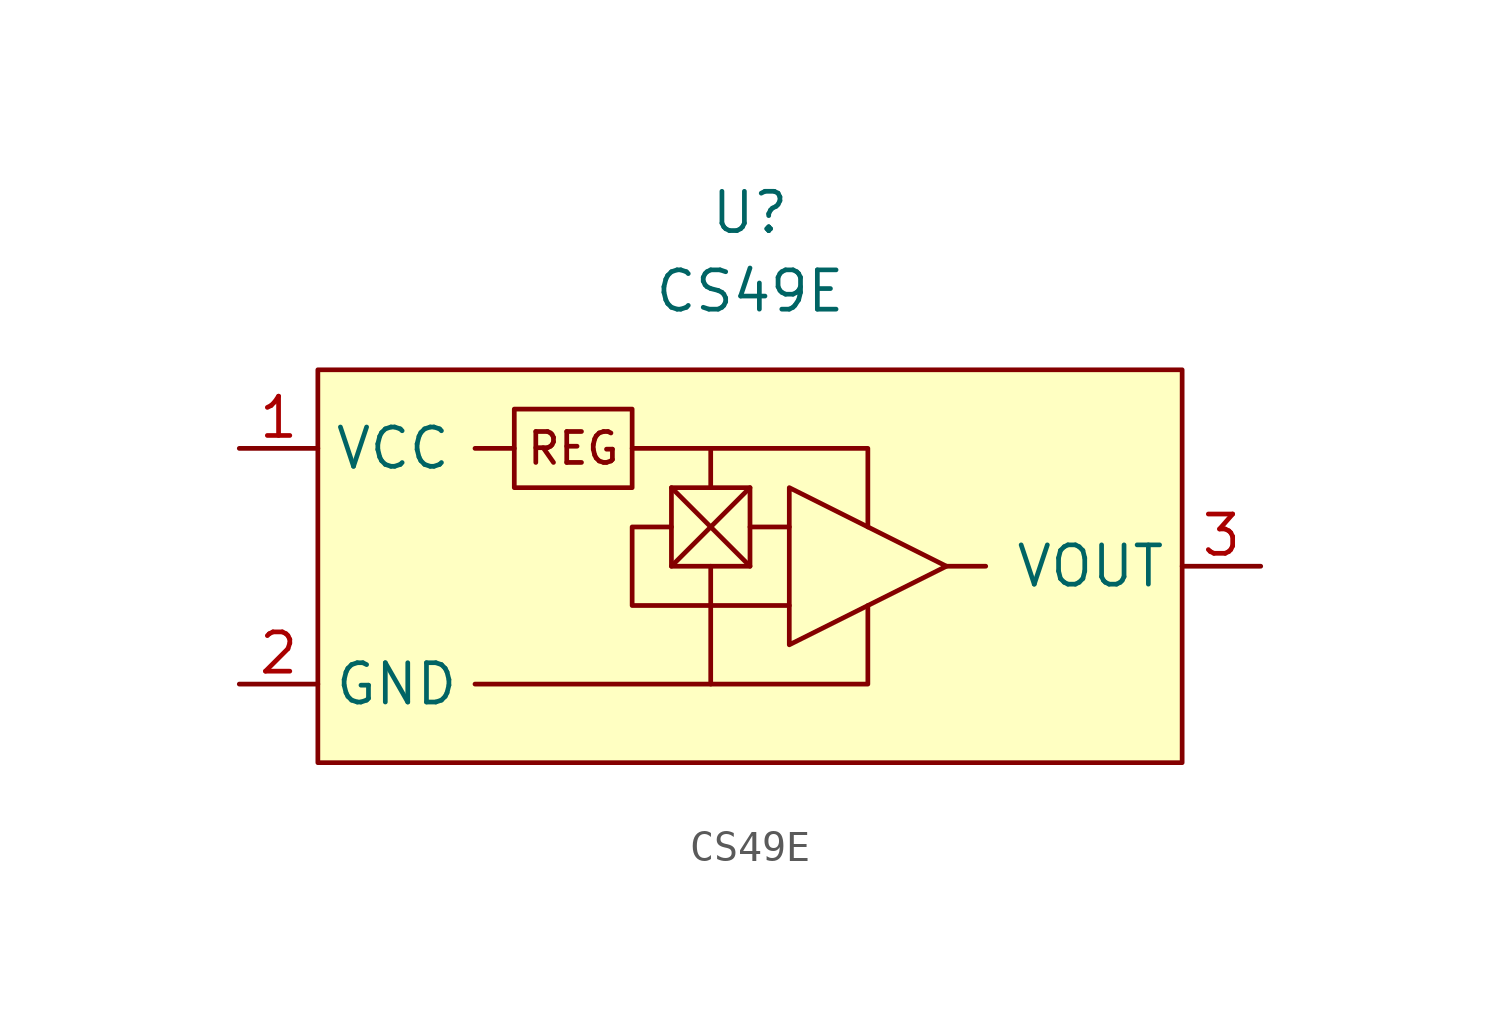
<source format=kicad_sym>
(kicad_symbol_lib
  (version 20211014)
  (generator kicad_symbol_editor)
  (symbol "CS49E"
    (property "Reference" "U"
      (at 0 11.43 0)
      (effects (font (size 1.27 1.27))))
    (property "Value" "CS49E"
      (at 0 8.89 0)
      (effects (font (size 1.27 1.27))))
    (symbol "CS49E_0_0"
      (text "REG" (at -5.71 3.81 0) (effects (font (size 1 1)))))
    (symbol "CS49E_0_1"
      (rectangle (start -13.97 6.35) (end 13.97 -6.35) (stroke (width 0) (type default) (color 0 0 0 0)) (fill (type background)))
      (rectangle (start -7.62 5.08) (end -3.81 2.54) (stroke (width 0) (type default) (color 0 0 0 0)) (fill (type none)))
      (polyline (pts (xy -8.89 3.81) (xy -7.62 3.81)) (stroke (width 0) (type default) (color 0 0 0 0)) (fill (type none)))
      (polyline (pts (xy -2.54 2.54) (xy 0 0)) (stroke (width 0) (type default) (color 0 0 0 0)) (fill (type none)))
      (polyline (pts (xy 0 1.27) (xy 1.27 1.27)) (stroke (width 0) (type default) (color 0 0 0 0)) (fill (type none)))
      (polyline (pts (xy 0 2.54) (xy -2.54 0)) (stroke (width 0) (type default) (color 0 0 0 0)) (fill (type none)))
      (polyline (pts (xy 6.35 0) (xy 7.62 0)) (stroke (width 0) (type default) (color 0 0 0 0)) (fill (type none)))
      (polyline (pts (xy -1.27 0) (xy -1.27 -3.81) (xy -8.89 -3.81)) (stroke (width 0) (type default) (color 0 0 0 0)) (fill (type none)))
      (polyline (pts (xy -1.27 3.81) (xy 3.81 3.81) (xy 3.81 1.27)) (stroke (width 0) (type default) (color 0 0 0 0)) (fill (type none)))
      (polyline (pts (xy 3.81 -1.27) (xy 3.81 -3.81) (xy -1.27 -3.81)) (stroke (width 0) (type default) (color 0 0 0 0)) (fill (type none)))
      (polyline (pts (xy -2.54 1.27) (xy -3.81 1.27) (xy -3.81 -1.27) (xy 1.27 -1.27)) (stroke (width 0) (type default) (color 0 0 0 0)) (fill (type none)))
      (polyline (pts (xy 1.27 2.54) (xy 1.27 -2.54) (xy 6.35 0) (xy 1.27 2.54)) (stroke (width 0) (type default) (color 0 0 0 0)) (fill (type none)))
      (polyline (pts (xy -3.81 3.81) (xy -1.27 3.81) (xy -1.27 2.54) (xy -2.54 2.54) (xy -2.54 0) (xy 0 0) (xy 0 2.54) (xy -1.27 2.54) (xy -2.54 2.54)) (stroke (width 0) (type default) (color 0 0 0 0)) (fill (type none))))
    (symbol "CS49E_1_1"
      (pin power_in line (at -16.51 3.81 0) (length 2.54) (name "VCC" (effects (font (size 1.27 1.27)))) (number "1" (effects (font (size 1.27 1.27)))))
      (pin passive line (at -16.51 -3.81 0) (length 2.54) (name "GND" (effects (font (size 1.27 1.27)))) (number "2" (effects (font (size 1.27 1.27)))))
      (pin output line (at 16.51 0 180) (length 2.54) (name "VOUT" (effects (font (size 1.27 1.27)))) (number "3" (effects (font (size 1.27 1.27))))))))
</source>
